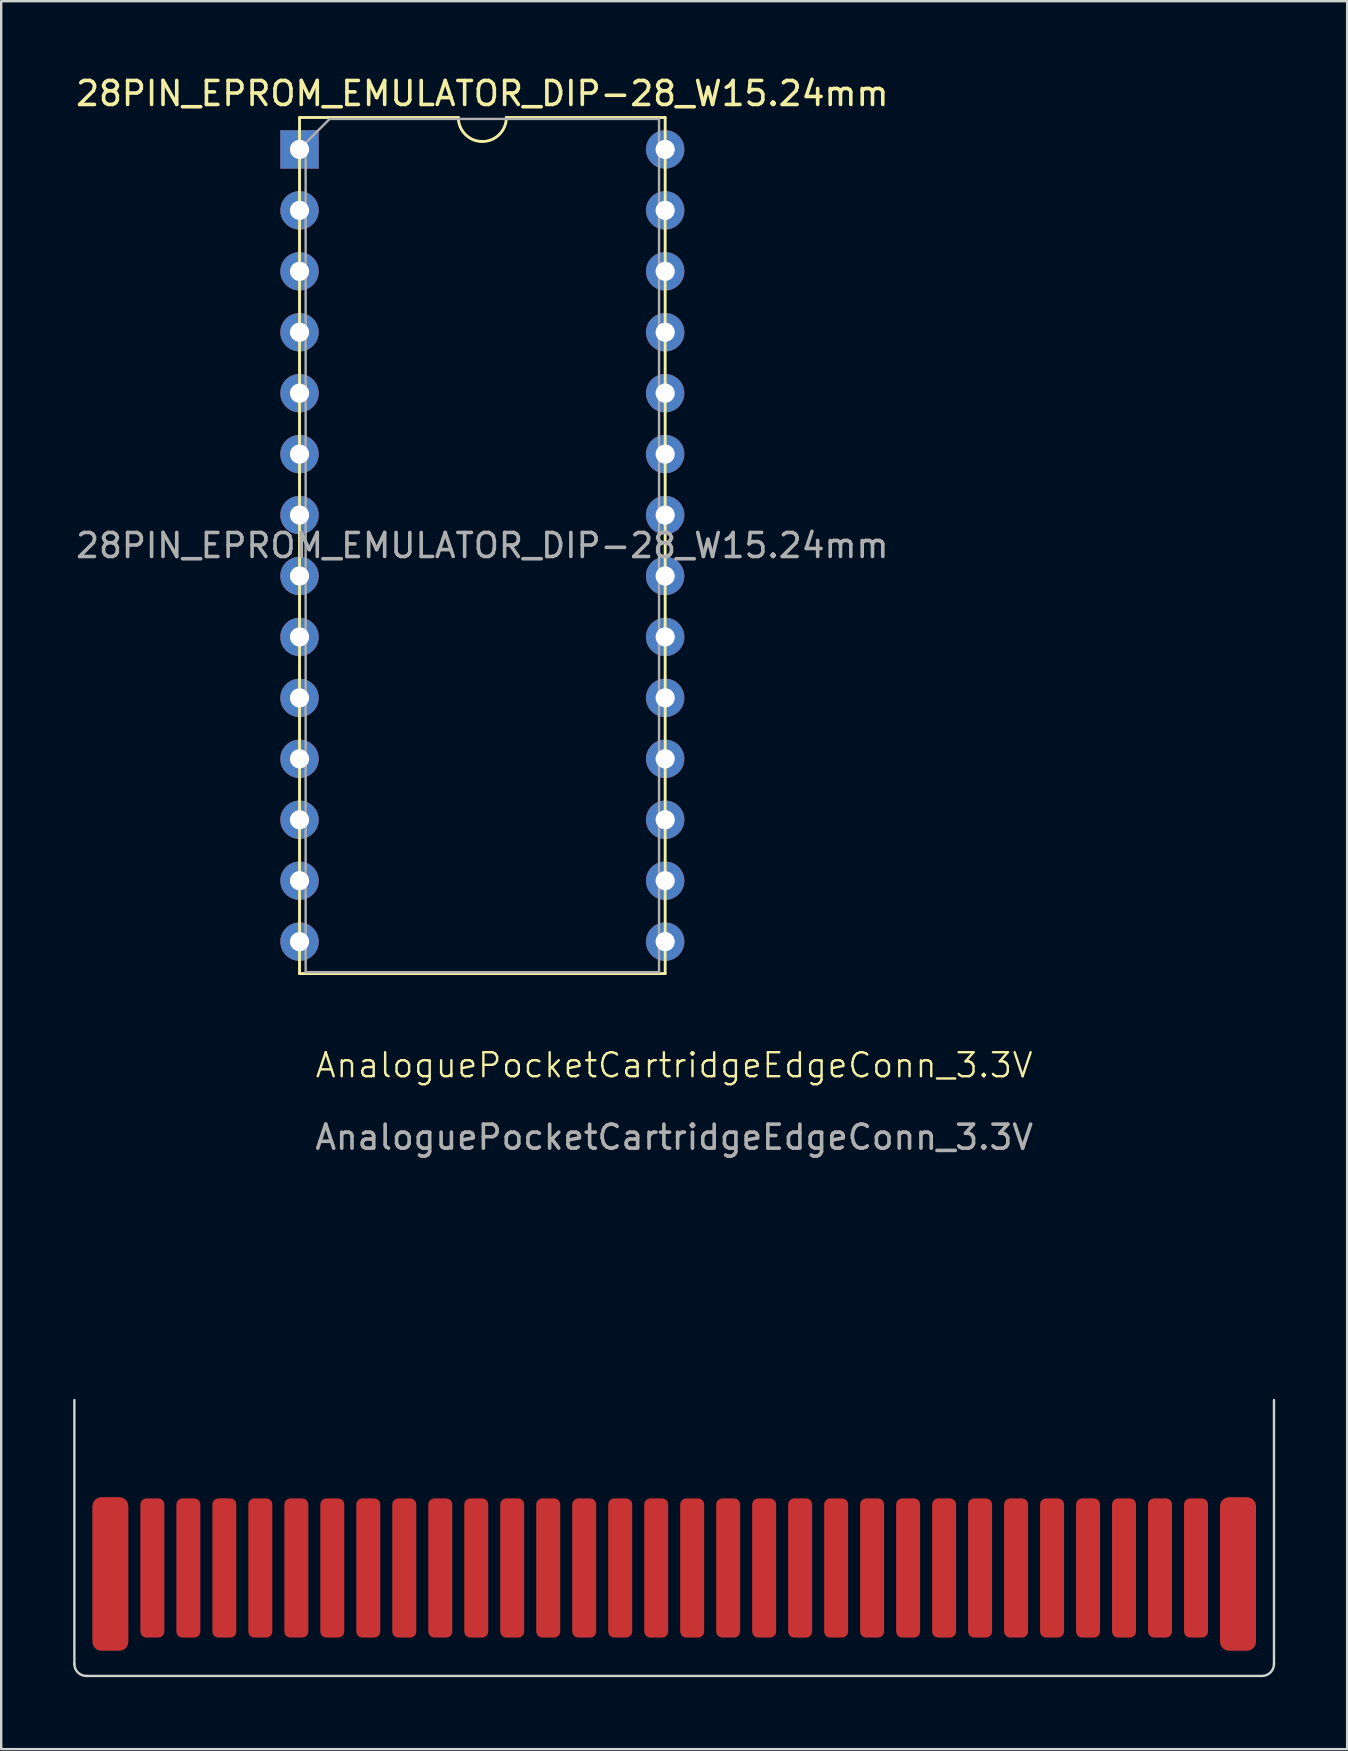
<source format=kicad_pcb>
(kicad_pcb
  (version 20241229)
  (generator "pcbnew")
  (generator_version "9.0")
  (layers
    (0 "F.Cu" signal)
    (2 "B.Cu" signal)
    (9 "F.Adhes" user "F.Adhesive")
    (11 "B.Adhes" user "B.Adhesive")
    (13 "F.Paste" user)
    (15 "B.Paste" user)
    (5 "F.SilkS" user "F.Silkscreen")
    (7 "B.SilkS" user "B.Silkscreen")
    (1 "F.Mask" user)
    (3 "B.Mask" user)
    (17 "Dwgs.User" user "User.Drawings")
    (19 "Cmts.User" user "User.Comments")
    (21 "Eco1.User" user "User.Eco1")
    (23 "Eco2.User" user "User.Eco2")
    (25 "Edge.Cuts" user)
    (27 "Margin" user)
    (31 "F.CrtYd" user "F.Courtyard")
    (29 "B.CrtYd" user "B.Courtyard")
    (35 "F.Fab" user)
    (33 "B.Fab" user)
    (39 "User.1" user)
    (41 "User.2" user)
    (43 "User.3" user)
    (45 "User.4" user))
  (footprint "AnaloguePocketCartridgeEdgeConn_3.3V"
    (layer "F.Cu")
    (at 25.05 62.304)
    (property "Reference" "AnaloguePocketCartridgeEdgeConn_3.3V" (at 0 -20.955 0) (unlocked yes) (layer "F.SilkS") (effects (font (size 1 1) (thickness 0.1))))
    (attr smd)
    (fp_line (start -25 4) (end -25 -7) (stroke (width 0.1) (type default)) (layer "Edge.Cuts"))
    (fp_line (start -24.5 4.5) (end 24.5 4.5) (stroke (width 0.1) (type default)) (layer "Edge.Cuts"))
    (fp_line (start 25 4) (end 25 -7) (stroke (width 0.1) (type default)) (layer "Edge.Cuts"))
    (fp_arc (start -24.5 4.5) (mid -24.853553 4.353553) (end -25 4) (stroke (width 0.1) (type default)) (layer "Edge.Cuts"))
    (fp_arc (start 25 4) (mid 24.853553 4.353553) (end 24.5 4.5) (stroke (width 0.1) (type default)) (layer "Edge.Cuts"))
    (fp_text user "${REFERENCE}" (at 0 -17.955 0) (unlocked yes) (layer "F.Fab") (effects (font (size 1 1) (thickness 0.15))))
    (pad "1" smd roundrect (at -23.5 0.25 90) (size 6.4 1.5) (layers "F.Cu" "F.Mask") (roundrect_rratio 0.25))
    (pad "2" smd roundrect (at -21.75 0 90) (size 5.8 1) (layers "F.Cu" "F.Mask") (roundrect_rratio 0.25))
    (pad "3" smd roundrect (at -20.25 0 90) (size 5.8 1) (layers "F.Cu" "F.Mask") (roundrect_rratio 0.25))
    (pad "4" smd roundrect (at -18.75 0 90) (size 5.8 1) (layers "F.Cu" "F.Mask") (roundrect_rratio 0.25))
    (pad "5" smd roundrect (at -17.25 0 90) (size 5.8 1) (layers "F.Cu" "F.Mask") (roundrect_rratio 0.25))
    (pad "6" smd roundrect (at -15.75 0 90) (size 5.8 1) (layers "F.Cu" "F.Mask") (roundrect_rratio 0.25))
    (pad "7" smd roundrect (at -14.25 0 90) (size 5.8 1) (layers "F.Cu" "F.Mask") (roundrect_rratio 0.25))
    (pad "8" smd roundrect (at -12.75 0 90) (size 5.8 1) (layers "F.Cu" "F.Mask") (roundrect_rratio 0.25))
    (pad "9" smd roundrect (at -11.25 0 90) (size 5.8 1) (layers "F.Cu" "F.Mask") (roundrect_rratio 0.25))
    (pad "10" smd roundrect (at -9.75 0 90) (size 5.8 1) (layers "F.Cu" "F.Mask") (roundrect_rratio 0.25))
    (pad "11" smd roundrect (at -8.25 0 90) (size 5.8 1) (layers "F.Cu" "F.Mask") (roundrect_rratio 0.25))
    (pad "12" smd roundrect (at -6.75 0 90) (size 5.8 1) (layers "F.Cu" "F.Mask") (roundrect_rratio 0.25))
    (pad "13" smd roundrect (at -5.25 0 90) (size 5.8 1) (layers "F.Cu" "F.Mask") (roundrect_rratio 0.25))
    (pad "14" smd roundrect (at -3.75 0 90) (size 5.8 1) (layers "F.Cu" "F.Mask") (roundrect_rratio 0.25))
    (pad "15" smd roundrect (at -2.25 0 90) (size 5.8 1) (layers "F.Cu" "F.Mask") (roundrect_rratio 0.25))
    (pad "16" smd roundrect (at -0.75 0 90) (size 5.8 1) (layers "F.Cu" "F.Mask") (roundrect_rratio 0.25))
    (pad "17" smd roundrect (at 0.75 0 90) (size 5.8 1) (layers "F.Cu" "F.Mask") (roundrect_rratio 0.25))
    (pad "18" smd roundrect (at 2.25 0 90) (size 5.8 1) (layers "F.Cu" "F.Mask") (roundrect_rratio 0.25))
    (pad "19" smd roundrect (at 3.75 0 90) (size 5.8 1) (layers "F.Cu" "F.Mask") (roundrect_rratio 0.25))
    (pad "20" smd roundrect (at 5.25 0 90) (size 5.8 1) (layers "F.Cu" "F.Mask") (roundrect_rratio 0.25))
    (pad "21" smd roundrect (at 6.75 0 90) (size 5.8 1) (layers "F.Cu" "F.Mask") (roundrect_rratio 0.25))
    (pad "22" smd roundrect (at 8.25 0 90) (size 5.8 1) (layers "F.Cu" "F.Mask") (roundrect_rratio 0.25))
    (pad "23" smd roundrect (at 9.75 0 90) (size 5.8 1) (layers "F.Cu" "F.Mask") (roundrect_rratio 0.25))
    (pad "24" smd roundrect (at 11.25 0 90) (size 5.8 1) (layers "F.Cu" "F.Mask") (roundrect_rratio 0.25))
    (pad "25" smd roundrect (at 12.75 0 90) (size 5.8 1) (layers "F.Cu" "F.Mask") (roundrect_rratio 0.25))
    (pad "26" smd roundrect (at 14.25 0 90) (size 5.8 1) (layers "F.Cu" "F.Mask") (roundrect_rratio 0.25))
    (pad "27" smd roundrect (at 15.75 0 90) (size 5.8 1) (layers "F.Cu" "F.Mask") (roundrect_rratio 0.25))
    (pad "28" smd roundrect (at 17.25 0 90) (size 5.8 1) (layers "F.Cu" "F.Mask") (roundrect_rratio 0.25))
    (pad "29" smd roundrect (at 18.75 0 90) (size 5.8 1) (layers "F.Cu" "F.Mask") (roundrect_rratio 0.25))
    (pad "30" smd roundrect (at 20.25 0 90) (size 5.8 1) (layers "F.Cu" "F.Mask") (roundrect_rratio 0.25))
    (pad "31" smd roundrect (at 21.75 0 90) (size 5.8 1) (layers "F.Cu" "F.Mask") (roundrect_rratio 0.25))
    (pad "32" smd roundrect (at 23.5 0.25 90) (size 6.4 1.5) (layers "F.Cu" "F.Mask") (roundrect_rratio 0.25)))
  (footprint "28PIN_EPROM_EMULATOR_DIP-28_W15.24mm"
    (layer "F.Cu")
    (at 9.434 3.178)
    (property "Reference" "28PIN_EPROM_EMULATOR_DIP-28_W15.24mm" (at 7.62 -2.33 0) (layer "F.SilkS") (effects (font (size 1 1) (thickness 0.15))))
    (attr through_hole)
    (fp_line (start 0 -1.33) (end 0 34.35) (stroke (width 0.12) (type solid)) (layer "F.SilkS"))
    (fp_line (start 0 34.35) (end 15.24 34.35) (stroke (width 0.12) (type solid)) (layer "F.SilkS"))
    (fp_line (start 6.62 -1.33) (end 0 -1.33) (stroke (width 0.12) (type solid)) (layer "F.SilkS"))
    (fp_line (start 15.24 -1.33) (end 8.62 -1.33) (stroke (width 0.12) (type solid)) (layer "F.SilkS"))
    (fp_line (start 15.24 34.35) (end 15.24 -1.33) (stroke (width 0.12) (type solid)) (layer "F.SilkS"))
    (fp_arc (start 8.62 -1.33) (mid 7.62 -0.33) (end 6.62 -1.33) (stroke (width 0.12) (type solid)) (layer "F.SilkS"))
    (fp_line (start 0.255 -0.27) (end 1.255 -1.27) (stroke (width 0.1) (type solid)) (layer "F.Fab"))
    (fp_line (start 0.255 34.29) (end 0.255 -0.27) (stroke (width 0.1) (type solid)) (layer "F.Fab"))
    (fp_line (start 1.255 -1.27) (end 14.985 -1.27) (stroke (width 0.1) (type solid)) (layer "F.Fab"))
    (fp_line (start 14.985 -1.27) (end 14.985 34.29) (stroke (width 0.1) (type solid)) (layer "F.Fab"))
    (fp_line (start 14.985 34.29) (end 0.255 34.29) (stroke (width 0.1) (type solid)) (layer "F.Fab"))
    (fp_text user "${REFERENCE}" (at 7.62 16.51 0) (layer "F.Fab") (effects (font (size 1 1) (thickness 0.15))))
    (pad "1" thru_hole rect (at 0 0) (size 1.6 1.6) (drill 0.8) (layers "*.Cu" "*.Mask"))
    (pad "2" thru_hole oval (at 0 2.54) (size 1.6 1.6) (drill 0.8) (layers "*.Cu" "*.Mask"))
    (pad "3" thru_hole oval (at 0 5.08) (size 1.6 1.6) (drill 0.8) (layers "*.Cu" "*.Mask"))
    (pad "4" thru_hole oval (at 0 7.62) (size 1.6 1.6) (drill 0.8) (layers "*.Cu" "*.Mask"))
    (pad "5" thru_hole oval (at 0 10.16) (size 1.6 1.6) (drill 0.8) (layers "*.Cu" "*.Mask"))
    (pad "6" thru_hole oval (at 0 12.7) (size 1.6 1.6) (drill 0.8) (layers "*.Cu" "*.Mask"))
    (pad "7" thru_hole oval (at 0 15.24) (size 1.6 1.6) (drill 0.8) (layers "*.Cu" "*.Mask"))
    (pad "8" thru_hole oval (at 0 17.78) (size 1.6 1.6) (drill 0.8) (layers "*.Cu" "*.Mask"))
    (pad "9" thru_hole oval (at 0 20.32) (size 1.6 1.6) (drill 0.8) (layers "*.Cu" "*.Mask"))
    (pad "10" thru_hole oval (at 0 22.86) (size 1.6 1.6) (drill 0.8) (layers "*.Cu" "*.Mask"))
    (pad "11" thru_hole oval (at 0 25.4) (size 1.6 1.6) (drill 0.8) (layers "*.Cu" "*.Mask"))
    (pad "12" thru_hole oval (at 0 27.94) (size 1.6 1.6) (drill 0.8) (layers "*.Cu" "*.Mask"))
    (pad "13" thru_hole oval (at 0 30.48) (size 1.6 1.6) (drill 0.8) (layers "*.Cu" "*.Mask"))
    (pad "14" thru_hole oval (at 0 33.02) (size 1.6 1.6) (drill 0.8) (layers "*.Cu" "*.Mask"))
    (pad "15" thru_hole oval (at 15.24 33.02) (size 1.6 1.6) (drill 0.8) (layers "*.Cu" "*.Mask"))
    (pad "16" thru_hole oval (at 15.24 30.48) (size 1.6 1.6) (drill 0.8) (layers "*.Cu" "*.Mask"))
    (pad "17" thru_hole oval (at 15.24 27.94) (size 1.6 1.6) (drill 0.8) (layers "*.Cu" "*.Mask"))
    (pad "18" thru_hole oval (at 15.24 25.4) (size 1.6 1.6) (drill 0.8) (layers "*.Cu" "*.Mask"))
    (pad "19" thru_hole oval (at 15.24 22.86) (size 1.6 1.6) (drill 0.8) (layers "*.Cu" "*.Mask"))
    (pad "20" thru_hole oval (at 15.24 20.32) (size 1.6 1.6) (drill 0.8) (layers "*.Cu" "*.Mask"))
    (pad "21" thru_hole oval (at 15.24 17.78) (size 1.6 1.6) (drill 0.8) (layers "*.Cu" "*.Mask"))
    (pad "22" thru_hole oval (at 15.24 15.24) (size 1.6 1.6) (drill 0.8) (layers "*.Cu" "*.Mask"))
    (pad "23" thru_hole oval (at 15.24 12.7) (size 1.6 1.6) (drill 0.8) (layers "*.Cu" "*.Mask"))
    (pad "24" thru_hole oval (at 15.24 10.16) (size 1.6 1.6) (drill 0.8) (layers "*.Cu" "*.Mask"))
    (pad "25" thru_hole oval (at 15.24 7.62) (size 1.6 1.6) (drill 0.8) (layers "*.Cu" "*.Mask"))
    (pad "26" thru_hole oval (at 15.24 5.08) (size 1.6 1.6) (drill 0.8) (layers "*.Cu" "*.Mask"))
    (pad "27" thru_hole oval (at 15.24 2.54) (size 1.6 1.6) (drill 0.8) (layers "*.Cu" "*.Mask"))
    (pad "28" thru_hole oval (at 15.24 0) (size 1.6 1.6) (drill 0.8) (layers "*.Cu" "*.Mask")))
  (gr_rect
    (start -3 -3)
    (end 53.1 69.854)
    (stroke (width 0.1) (type default))
    (fill no)
    (layer "Edge.Cuts")))
</source>
